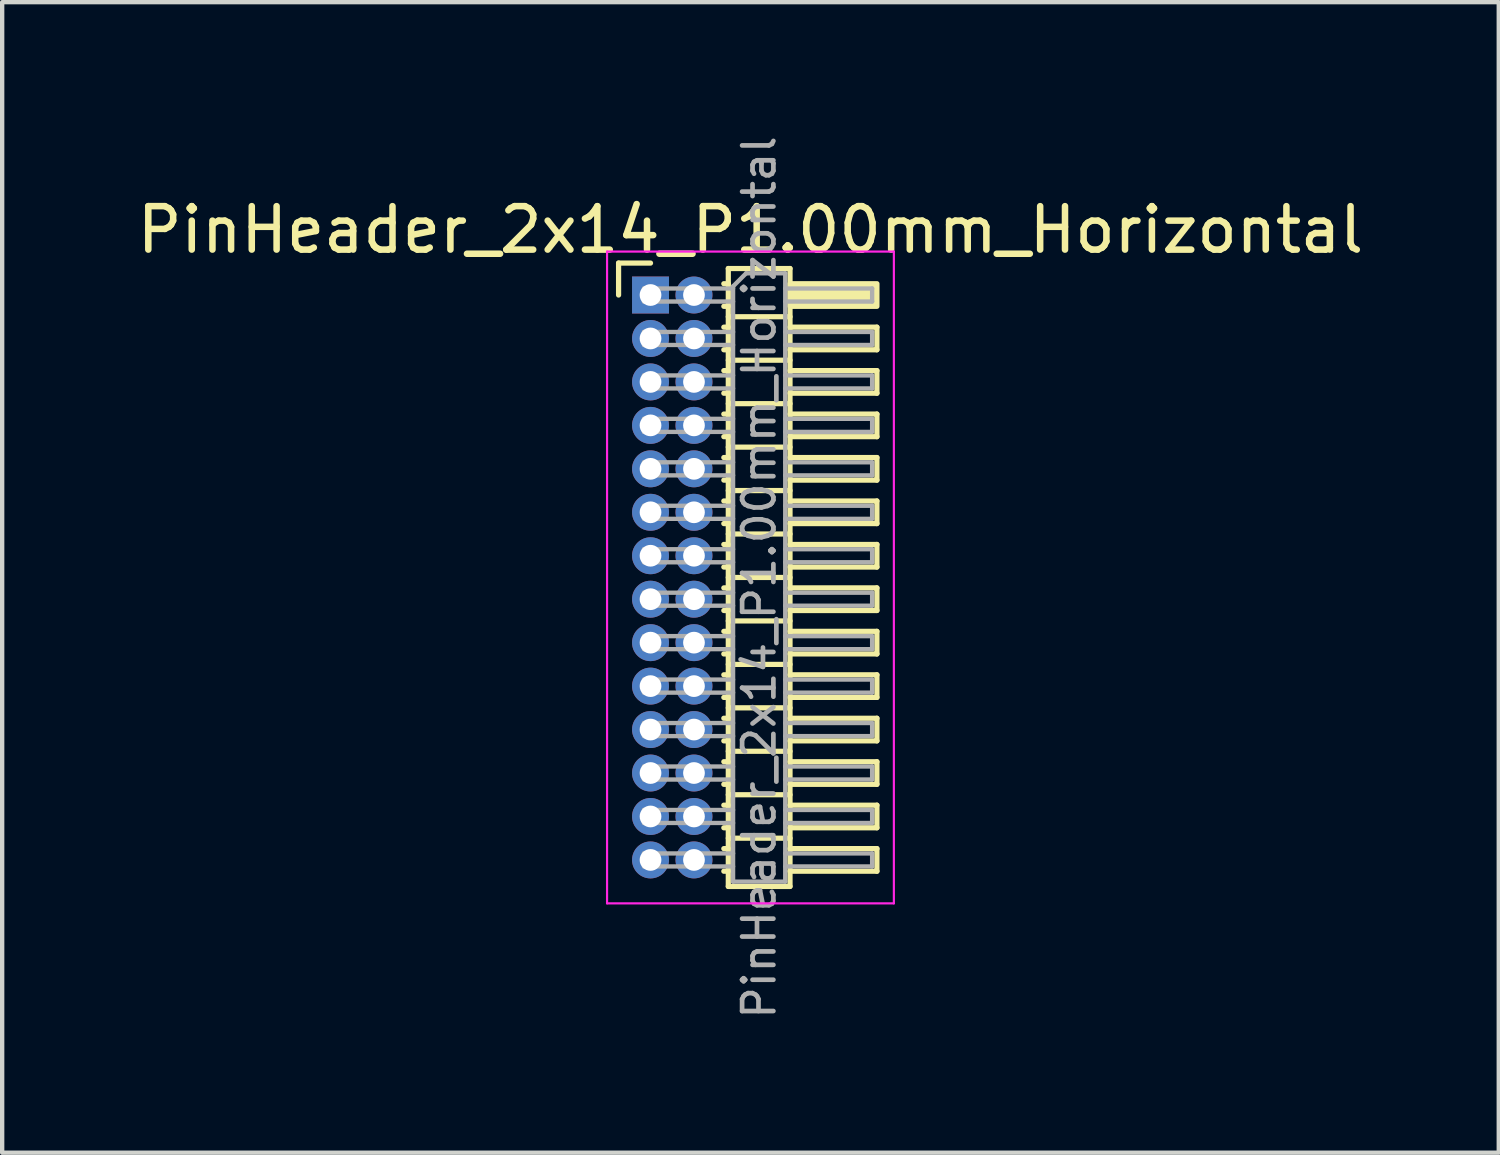
<source format=kicad_pcb>
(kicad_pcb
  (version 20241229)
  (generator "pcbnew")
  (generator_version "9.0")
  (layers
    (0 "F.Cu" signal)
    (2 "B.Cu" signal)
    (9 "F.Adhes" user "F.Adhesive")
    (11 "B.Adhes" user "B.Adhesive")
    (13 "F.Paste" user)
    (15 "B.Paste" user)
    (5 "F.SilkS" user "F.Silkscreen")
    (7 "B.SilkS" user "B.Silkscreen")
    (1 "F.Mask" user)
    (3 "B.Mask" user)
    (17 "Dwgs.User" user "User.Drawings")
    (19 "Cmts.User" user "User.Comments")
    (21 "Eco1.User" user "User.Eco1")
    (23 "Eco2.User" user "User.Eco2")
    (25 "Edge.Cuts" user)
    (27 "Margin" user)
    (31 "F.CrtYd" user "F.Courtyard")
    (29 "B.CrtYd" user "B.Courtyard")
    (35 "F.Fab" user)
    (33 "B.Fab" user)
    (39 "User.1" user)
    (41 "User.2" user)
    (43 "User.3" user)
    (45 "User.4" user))
  (footprint "PinHeader_2x14_P1.00mm_Horizontal"
    (layer "F.Cu")
    (at 11.92 3.739)
    (property "Reference" "PinHeader_2x14_P1.00mm_Horizontal" (at 2.3 -1.5 0) (layer "F.SilkS") (effects (font (size 1 1) (thickness 0.15))))
    (attr through_hole)
    (fp_line (start -0.735 -0.735) (end 0 -0.735) (stroke (width 0.12) (type solid)) (layer "F.SilkS"))
    (fp_line (start -0.735 0) (end -0.735 -0.735) (stroke (width 0.12) (type solid)) (layer "F.SilkS"))
    (fp_line (start 1.687 -0.26) (end 1.79 -0.26) (stroke (width 0.12) (type solid)) (layer "F.SilkS"))
    (fp_line (start 1.687 0.26) (end 1.79 0.26) (stroke (width 0.12) (type solid)) (layer "F.SilkS"))
    (fp_line (start 1.687 0.74) (end 1.79 0.74) (stroke (width 0.12) (type solid)) (layer "F.SilkS"))
    (fp_line (start 1.687 1.26) (end 1.79 1.26) (stroke (width 0.12) (type solid)) (layer "F.SilkS"))
    (fp_line (start 1.687 1.74) (end 1.79 1.74) (stroke (width 0.12) (type solid)) (layer "F.SilkS"))
    (fp_line (start 1.687 2.26) (end 1.79 2.26) (stroke (width 0.12) (type solid)) (layer "F.SilkS"))
    (fp_line (start 1.687 2.74) (end 1.79 2.74) (stroke (width 0.12) (type solid)) (layer "F.SilkS"))
    (fp_line (start 1.687 3.26) (end 1.79 3.26) (stroke (width 0.12) (type solid)) (layer "F.SilkS"))
    (fp_line (start 1.687 3.74) (end 1.79 3.74) (stroke (width 0.12) (type solid)) (layer "F.SilkS"))
    (fp_line (start 1.687 4.26) (end 1.79 4.26) (stroke (width 0.12) (type solid)) (layer "F.SilkS"))
    (fp_line (start 1.687 4.74) (end 1.79 4.74) (stroke (width 0.12) (type solid)) (layer "F.SilkS"))
    (fp_line (start 1.687 5.26) (end 1.79 5.26) (stroke (width 0.12) (type solid)) (layer "F.SilkS"))
    (fp_line (start 1.687 5.74) (end 1.79 5.74) (stroke (width 0.12) (type solid)) (layer "F.SilkS"))
    (fp_line (start 1.687 6.26) (end 1.79 6.26) (stroke (width 0.12) (type solid)) (layer "F.SilkS"))
    (fp_line (start 1.687 6.74) (end 1.79 6.74) (stroke (width 0.12) (type solid)) (layer "F.SilkS"))
    (fp_line (start 1.687 7.26) (end 1.79 7.26) (stroke (width 0.12) (type solid)) (layer "F.SilkS"))
    (fp_line (start 1.687 7.74) (end 1.79 7.74) (stroke (width 0.12) (type solid)) (layer "F.SilkS"))
    (fp_line (start 1.687 8.26) (end 1.79 8.26) (stroke (width 0.12) (type solid)) (layer "F.SilkS"))
    (fp_line (start 1.687 8.74) (end 1.79 8.74) (stroke (width 0.12) (type solid)) (layer "F.SilkS"))
    (fp_line (start 1.687 9.26) (end 1.79 9.26) (stroke (width 0.12) (type solid)) (layer "F.SilkS"))
    (fp_line (start 1.687 9.74) (end 1.79 9.74) (stroke (width 0.12) (type solid)) (layer "F.SilkS"))
    (fp_line (start 1.687 10.26) (end 1.79 10.26) (stroke (width 0.12) (type solid)) (layer "F.SilkS"))
    (fp_line (start 1.687 10.74) (end 1.79 10.74) (stroke (width 0.12) (type solid)) (layer "F.SilkS"))
    (fp_line (start 1.687 11.26) (end 1.79 11.26) (stroke (width 0.12) (type solid)) (layer "F.SilkS"))
    (fp_line (start 1.687 11.74) (end 1.79 11.74) (stroke (width 0.12) (type solid)) (layer "F.SilkS"))
    (fp_line (start 1.687 12.26) (end 1.79 12.26) (stroke (width 0.12) (type solid)) (layer "F.SilkS"))
    (fp_line (start 1.687 12.74) (end 1.79 12.74) (stroke (width 0.12) (type solid)) (layer "F.SilkS"))
    (fp_line (start 1.687 13.26) (end 1.79 13.26) (stroke (width 0.12) (type solid)) (layer "F.SilkS"))
    (fp_line (start 1.79 -0.61) (end 1.79 13.61) (stroke (width 0.12) (type solid)) (layer "F.SilkS"))
    (fp_line (start 1.79 0.5) (end 3.21 0.5) (stroke (width 0.12) (type solid)) (layer "F.SilkS"))
    (fp_line (start 1.79 1.5) (end 3.21 1.5) (stroke (width 0.12) (type solid)) (layer "F.SilkS"))
    (fp_line (start 1.79 2.5) (end 3.21 2.5) (stroke (width 0.12) (type solid)) (layer "F.SilkS"))
    (fp_line (start 1.79 3.5) (end 3.21 3.5) (stroke (width 0.12) (type solid)) (layer "F.SilkS"))
    (fp_line (start 1.79 4.5) (end 3.21 4.5) (stroke (width 0.12) (type solid)) (layer "F.SilkS"))
    (fp_line (start 1.79 5.5) (end 3.21 5.5) (stroke (width 0.12) (type solid)) (layer "F.SilkS"))
    (fp_line (start 1.79 6.5) (end 3.21 6.5) (stroke (width 0.12) (type solid)) (layer "F.SilkS"))
    (fp_line (start 1.79 7.5) (end 3.21 7.5) (stroke (width 0.12) (type solid)) (layer "F.SilkS"))
    (fp_line (start 1.79 8.5) (end 3.21 8.5) (stroke (width 0.12) (type solid)) (layer "F.SilkS"))
    (fp_line (start 1.79 9.5) (end 3.21 9.5) (stroke (width 0.12) (type solid)) (layer "F.SilkS"))
    (fp_line (start 1.79 10.5) (end 3.21 10.5) (stroke (width 0.12) (type solid)) (layer "F.SilkS"))
    (fp_line (start 1.79 11.5) (end 3.21 11.5) (stroke (width 0.12) (type solid)) (layer "F.SilkS"))
    (fp_line (start 1.79 12.5) (end 3.21 12.5) (stroke (width 0.12) (type solid)) (layer "F.SilkS"))
    (fp_line (start 1.79 13.61) (end 3.21 13.61) (stroke (width 0.12) (type solid)) (layer "F.SilkS"))
    (fp_line (start 3.21 -0.61) (end 1.79 -0.61) (stroke (width 0.12) (type solid)) (layer "F.SilkS"))
    (fp_line (start 3.21 0.74) (end 5.21 0.74) (stroke (width 0.12) (type solid)) (layer "F.SilkS"))
    (fp_line (start 3.21 1.74) (end 5.21 1.74) (stroke (width 0.12) (type solid)) (layer "F.SilkS"))
    (fp_line (start 3.21 2.74) (end 5.21 2.74) (stroke (width 0.12) (type solid)) (layer "F.SilkS"))
    (fp_line (start 3.21 3.74) (end 5.21 3.74) (stroke (width 0.12) (type solid)) (layer "F.SilkS"))
    (fp_line (start 3.21 4.74) (end 5.21 4.74) (stroke (width 0.12) (type solid)) (layer "F.SilkS"))
    (fp_line (start 3.21 5.74) (end 5.21 5.74) (stroke (width 0.12) (type solid)) (layer "F.SilkS"))
    (fp_line (start 3.21 6.74) (end 5.21 6.74) (stroke (width 0.12) (type solid)) (layer "F.SilkS"))
    (fp_line (start 3.21 7.74) (end 5.21 7.74) (stroke (width 0.12) (type solid)) (layer "F.SilkS"))
    (fp_line (start 3.21 8.74) (end 5.21 8.74) (stroke (width 0.12) (type solid)) (layer "F.SilkS"))
    (fp_line (start 3.21 9.74) (end 5.21 9.74) (stroke (width 0.12) (type solid)) (layer "F.SilkS"))
    (fp_line (start 3.21 10.74) (end 5.21 10.74) (stroke (width 0.12) (type solid)) (layer "F.SilkS"))
    (fp_line (start 3.21 11.74) (end 5.21 11.74) (stroke (width 0.12) (type solid)) (layer "F.SilkS"))
    (fp_line (start 3.21 12.74) (end 5.21 12.74) (stroke (width 0.12) (type solid)) (layer "F.SilkS"))
    (fp_line (start 3.21 13.61) (end 3.21 -0.61) (stroke (width 0.12) (type solid)) (layer "F.SilkS"))
    (fp_line (start 5.21 0.74) (end 5.21 1.26) (stroke (width 0.12) (type solid)) (layer "F.SilkS"))
    (fp_line (start 5.21 1.26) (end 3.21 1.26) (stroke (width 0.12) (type solid)) (layer "F.SilkS"))
    (fp_line (start 5.21 1.74) (end 5.21 2.26) (stroke (width 0.12) (type solid)) (layer "F.SilkS"))
    (fp_line (start 5.21 2.26) (end 3.21 2.26) (stroke (width 0.12) (type solid)) (layer "F.SilkS"))
    (fp_line (start 5.21 2.74) (end 5.21 3.26) (stroke (width 0.12) (type solid)) (layer "F.SilkS"))
    (fp_line (start 5.21 3.26) (end 3.21 3.26) (stroke (width 0.12) (type solid)) (layer "F.SilkS"))
    (fp_line (start 5.21 3.74) (end 5.21 4.26) (stroke (width 0.12) (type solid)) (layer "F.SilkS"))
    (fp_line (start 5.21 4.26) (end 3.21 4.26) (stroke (width 0.12) (type solid)) (layer "F.SilkS"))
    (fp_line (start 5.21 4.74) (end 5.21 5.26) (stroke (width 0.12) (type solid)) (layer "F.SilkS"))
    (fp_line (start 5.21 5.26) (end 3.21 5.26) (stroke (width 0.12) (type solid)) (layer "F.SilkS"))
    (fp_line (start 5.21 5.74) (end 5.21 6.26) (stroke (width 0.12) (type solid)) (layer "F.SilkS"))
    (fp_line (start 5.21 6.26) (end 3.21 6.26) (stroke (width 0.12) (type solid)) (layer "F.SilkS"))
    (fp_line (start 5.21 6.74) (end 5.21 7.26) (stroke (width 0.12) (type solid)) (layer "F.SilkS"))
    (fp_line (start 5.21 7.26) (end 3.21 7.26) (stroke (width 0.12) (type solid)) (layer "F.SilkS"))
    (fp_line (start 5.21 7.74) (end 5.21 8.26) (stroke (width 0.12) (type solid)) (layer "F.SilkS"))
    (fp_line (start 5.21 8.26) (end 3.21 8.26) (stroke (width 0.12) (type solid)) (layer "F.SilkS"))
    (fp_line (start 5.21 8.74) (end 5.21 9.26) (stroke (width 0.12) (type solid)) (layer "F.SilkS"))
    (fp_line (start 5.21 9.26) (end 3.21 9.26) (stroke (width 0.12) (type solid)) (layer "F.SilkS"))
    (fp_line (start 5.21 9.74) (end 5.21 10.26) (stroke (width 0.12) (type solid)) (layer "F.SilkS"))
    (fp_line (start 5.21 10.26) (end 3.21 10.26) (stroke (width 0.12) (type solid)) (layer "F.SilkS"))
    (fp_line (start 5.21 10.74) (end 5.21 11.26) (stroke (width 0.12) (type solid)) (layer "F.SilkS"))
    (fp_line (start 5.21 11.26) (end 3.21 11.26) (stroke (width 0.12) (type solid)) (layer "F.SilkS"))
    (fp_line (start 5.21 11.74) (end 5.21 12.26) (stroke (width 0.12) (type solid)) (layer "F.SilkS"))
    (fp_line (start 5.21 12.26) (end 3.21 12.26) (stroke (width 0.12) (type solid)) (layer "F.SilkS"))
    (fp_line (start 5.21 12.74) (end 5.21 13.26) (stroke (width 0.12) (type solid)) (layer "F.SilkS"))
    (fp_line (start 5.21 13.26) (end 3.21 13.26) (stroke (width 0.12) (type solid)) (layer "F.SilkS"))
    (fp_rect (start 3.21 -0.26) (end 5.21 0.26) (stroke (width 0.12) (type solid)) (fill yes) (layer "F.SilkS"))
    (fp_line (start -1 -1) (end -1 14) (stroke (width 0.05) (type solid)) (layer "F.CrtYd"))
    (fp_line (start -1 14) (end 5.6 14) (stroke (width 0.05) (type solid)) (layer "F.CrtYd"))
    (fp_line (start 5.6 -1) (end -1 -1) (stroke (width 0.05) (type solid)) (layer "F.CrtYd"))
    (fp_line (start 5.6 14) (end 5.6 -1) (stroke (width 0.05) (type solid)) (layer "F.CrtYd"))
    (fp_line (start -0.15 -0.15) (end -0.15 0.15) (stroke (width 0.1) (type solid)) (layer "F.Fab"))
    (fp_line (start -0.15 -0.15) (end 1.9 -0.15) (stroke (width 0.1) (type solid)) (layer "F.Fab"))
    (fp_line (start -0.15 0.15) (end 1.9 0.15) (stroke (width 0.1) (type solid)) (layer "F.Fab"))
    (fp_line (start -0.15 0.85) (end -0.15 1.15) (stroke (width 0.1) (type solid)) (layer "F.Fab"))
    (fp_line (start -0.15 0.85) (end 1.9 0.85) (stroke (width 0.1) (type solid)) (layer "F.Fab"))
    (fp_line (start -0.15 1.15) (end 1.9 1.15) (stroke (width 0.1) (type solid)) (layer "F.Fab"))
    (fp_line (start -0.15 1.85) (end -0.15 2.15) (stroke (width 0.1) (type solid)) (layer "F.Fab"))
    (fp_line (start -0.15 1.85) (end 1.9 1.85) (stroke (width 0.1) (type solid)) (layer "F.Fab"))
    (fp_line (start -0.15 2.15) (end 1.9 2.15) (stroke (width 0.1) (type solid)) (layer "F.Fab"))
    (fp_line (start -0.15 2.85) (end -0.15 3.15) (stroke (width 0.1) (type solid)) (layer "F.Fab"))
    (fp_line (start -0.15 2.85) (end 1.9 2.85) (stroke (width 0.1) (type solid)) (layer "F.Fab"))
    (fp_line (start -0.15 3.15) (end 1.9 3.15) (stroke (width 0.1) (type solid)) (layer "F.Fab"))
    (fp_line (start -0.15 3.85) (end -0.15 4.15) (stroke (width 0.1) (type solid)) (layer "F.Fab"))
    (fp_line (start -0.15 3.85) (end 1.9 3.85) (stroke (width 0.1) (type solid)) (layer "F.Fab"))
    (fp_line (start -0.15 4.15) (end 1.9 4.15) (stroke (width 0.1) (type solid)) (layer "F.Fab"))
    (fp_line (start -0.15 4.85) (end -0.15 5.15) (stroke (width 0.1) (type solid)) (layer "F.Fab"))
    (fp_line (start -0.15 4.85) (end 1.9 4.85) (stroke (width 0.1) (type solid)) (layer "F.Fab"))
    (fp_line (start -0.15 5.15) (end 1.9 5.15) (stroke (width 0.1) (type solid)) (layer "F.Fab"))
    (fp_line (start -0.15 5.85) (end -0.15 6.15) (stroke (width 0.1) (type solid)) (layer "F.Fab"))
    (fp_line (start -0.15 5.85) (end 1.9 5.85) (stroke (width 0.1) (type solid)) (layer "F.Fab"))
    (fp_line (start -0.15 6.15) (end 1.9 6.15) (stroke (width 0.1) (type solid)) (layer "F.Fab"))
    (fp_line (start -0.15 6.85) (end -0.15 7.15) (stroke (width 0.1) (type solid)) (layer "F.Fab"))
    (fp_line (start -0.15 6.85) (end 1.9 6.85) (stroke (width 0.1) (type solid)) (layer "F.Fab"))
    (fp_line (start -0.15 7.15) (end 1.9 7.15) (stroke (width 0.1) (type solid)) (layer "F.Fab"))
    (fp_line (start -0.15 7.85) (end -0.15 8.15) (stroke (width 0.1) (type solid)) (layer "F.Fab"))
    (fp_line (start -0.15 7.85) (end 1.9 7.85) (stroke (width 0.1) (type solid)) (layer "F.Fab"))
    (fp_line (start -0.15 8.15) (end 1.9 8.15) (stroke (width 0.1) (type solid)) (layer "F.Fab"))
    (fp_line (start -0.15 8.85) (end -0.15 9.15) (stroke (width 0.1) (type solid)) (layer "F.Fab"))
    (fp_line (start -0.15 8.85) (end 1.9 8.85) (stroke (width 0.1) (type solid)) (layer "F.Fab"))
    (fp_line (start -0.15 9.15) (end 1.9 9.15) (stroke (width 0.1) (type solid)) (layer "F.Fab"))
    (fp_line (start -0.15 9.85) (end -0.15 10.15) (stroke (width 0.1) (type solid)) (layer "F.Fab"))
    (fp_line (start -0.15 9.85) (end 1.9 9.85) (stroke (width 0.1) (type solid)) (layer "F.Fab"))
    (fp_line (start -0.15 10.15) (end 1.9 10.15) (stroke (width 0.1) (type solid)) (layer "F.Fab"))
    (fp_line (start -0.15 10.85) (end -0.15 11.15) (stroke (width 0.1) (type solid)) (layer "F.Fab"))
    (fp_line (start -0.15 10.85) (end 1.9 10.85) (stroke (width 0.1) (type solid)) (layer "F.Fab"))
    (fp_line (start -0.15 11.15) (end 1.9 11.15) (stroke (width 0.1) (type solid)) (layer "F.Fab"))
    (fp_line (start -0.15 11.85) (end -0.15 12.15) (stroke (width 0.1) (type solid)) (layer "F.Fab"))
    (fp_line (start -0.15 11.85) (end 1.9 11.85) (stroke (width 0.1) (type solid)) (layer "F.Fab"))
    (fp_line (start -0.15 12.15) (end 1.9 12.15) (stroke (width 0.1) (type solid)) (layer "F.Fab"))
    (fp_line (start -0.15 12.85) (end -0.15 13.15) (stroke (width 0.1) (type solid)) (layer "F.Fab"))
    (fp_line (start -0.15 12.85) (end 1.9 12.85) (stroke (width 0.1) (type solid)) (layer "F.Fab"))
    (fp_line (start -0.15 13.15) (end 1.9 13.15) (stroke (width 0.1) (type solid)) (layer "F.Fab"))
    (fp_line (start 1.9 -0.2) (end 2.2 -0.5) (stroke (width 0.1) (type solid)) (layer "F.Fab"))
    (fp_line (start 1.9 13.5) (end 1.9 -0.2) (stroke (width 0.1) (type solid)) (layer "F.Fab"))
    (fp_line (start 2.2 -0.5) (end 3.1 -0.5) (stroke (width 0.1) (type solid)) (layer "F.Fab"))
    (fp_line (start 3.1 -0.5) (end 3.1 13.5) (stroke (width 0.1) (type solid)) (layer "F.Fab"))
    (fp_line (start 3.1 -0.15) (end 5.1 -0.15) (stroke (width 0.1) (type solid)) (layer "F.Fab"))
    (fp_line (start 3.1 0.15) (end 5.1 0.15) (stroke (width 0.1) (type solid)) (layer "F.Fab"))
    (fp_line (start 3.1 0.85) (end 5.1 0.85) (stroke (width 0.1) (type solid)) (layer "F.Fab"))
    (fp_line (start 3.1 1.15) (end 5.1 1.15) (stroke (width 0.1) (type solid)) (layer "F.Fab"))
    (fp_line (start 3.1 1.85) (end 5.1 1.85) (stroke (width 0.1) (type solid)) (layer "F.Fab"))
    (fp_line (start 3.1 2.15) (end 5.1 2.15) (stroke (width 0.1) (type solid)) (layer "F.Fab"))
    (fp_line (start 3.1 2.85) (end 5.1 2.85) (stroke (width 0.1) (type solid)) (layer "F.Fab"))
    (fp_line (start 3.1 3.15) (end 5.1 3.15) (stroke (width 0.1) (type solid)) (layer "F.Fab"))
    (fp_line (start 3.1 3.85) (end 5.1 3.85) (stroke (width 0.1) (type solid)) (layer "F.Fab"))
    (fp_line (start 3.1 4.15) (end 5.1 4.15) (stroke (width 0.1) (type solid)) (layer "F.Fab"))
    (fp_line (start 3.1 4.85) (end 5.1 4.85) (stroke (width 0.1) (type solid)) (layer "F.Fab"))
    (fp_line (start 3.1 5.15) (end 5.1 5.15) (stroke (width 0.1) (type solid)) (layer "F.Fab"))
    (fp_line (start 3.1 5.85) (end 5.1 5.85) (stroke (width 0.1) (type solid)) (layer "F.Fab"))
    (fp_line (start 3.1 6.15) (end 5.1 6.15) (stroke (width 0.1) (type solid)) (layer "F.Fab"))
    (fp_line (start 3.1 6.85) (end 5.1 6.85) (stroke (width 0.1) (type solid)) (layer "F.Fab"))
    (fp_line (start 3.1 7.15) (end 5.1 7.15) (stroke (width 0.1) (type solid)) (layer "F.Fab"))
    (fp_line (start 3.1 7.85) (end 5.1 7.85) (stroke (width 0.1) (type solid)) (layer "F.Fab"))
    (fp_line (start 3.1 8.15) (end 5.1 8.15) (stroke (width 0.1) (type solid)) (layer "F.Fab"))
    (fp_line (start 3.1 8.85) (end 5.1 8.85) (stroke (width 0.1) (type solid)) (layer "F.Fab"))
    (fp_line (start 3.1 9.15) (end 5.1 9.15) (stroke (width 0.1) (type solid)) (layer "F.Fab"))
    (fp_line (start 3.1 9.85) (end 5.1 9.85) (stroke (width 0.1) (type solid)) (layer "F.Fab"))
    (fp_line (start 3.1 10.15) (end 5.1 10.15) (stroke (width 0.1) (type solid)) (layer "F.Fab"))
    (fp_line (start 3.1 10.85) (end 5.1 10.85) (stroke (width 0.1) (type solid)) (layer "F.Fab"))
    (fp_line (start 3.1 11.15) (end 5.1 11.15) (stroke (width 0.1) (type solid)) (layer "F.Fab"))
    (fp_line (start 3.1 11.85) (end 5.1 11.85) (stroke (width 0.1) (type solid)) (layer "F.Fab"))
    (fp_line (start 3.1 12.15) (end 5.1 12.15) (stroke (width 0.1) (type solid)) (layer "F.Fab"))
    (fp_line (start 3.1 12.85) (end 5.1 12.85) (stroke (width 0.1) (type solid)) (layer "F.Fab"))
    (fp_line (start 3.1 13.15) (end 5.1 13.15) (stroke (width 0.1) (type solid)) (layer "F.Fab"))
    (fp_line (start 3.1 13.5) (end 1.9 13.5) (stroke (width 0.1) (type solid)) (layer "F.Fab"))
    (fp_line (start 5.1 -0.15) (end 5.1 0.15) (stroke (width 0.1) (type solid)) (layer "F.Fab"))
    (fp_line (start 5.1 0.85) (end 5.1 1.15) (stroke (width 0.1) (type solid)) (layer "F.Fab"))
    (fp_line (start 5.1 1.85) (end 5.1 2.15) (stroke (width 0.1) (type solid)) (layer "F.Fab"))
    (fp_line (start 5.1 2.85) (end 5.1 3.15) (stroke (width 0.1) (type solid)) (layer "F.Fab"))
    (fp_line (start 5.1 3.85) (end 5.1 4.15) (stroke (width 0.1) (type solid)) (layer "F.Fab"))
    (fp_line (start 5.1 4.85) (end 5.1 5.15) (stroke (width 0.1) (type solid)) (layer "F.Fab"))
    (fp_line (start 5.1 5.85) (end 5.1 6.15) (stroke (width 0.1) (type solid)) (layer "F.Fab"))
    (fp_line (start 5.1 6.85) (end 5.1 7.15) (stroke (width 0.1) (type solid)) (layer "F.Fab"))
    (fp_line (start 5.1 7.85) (end 5.1 8.15) (stroke (width 0.1) (type solid)) (layer "F.Fab"))
    (fp_line (start 5.1 8.85) (end 5.1 9.15) (stroke (width 0.1) (type solid)) (layer "F.Fab"))
    (fp_line (start 5.1 9.85) (end 5.1 10.15) (stroke (width 0.1) (type solid)) (layer "F.Fab"))
    (fp_line (start 5.1 10.85) (end 5.1 11.15) (stroke (width 0.1) (type solid)) (layer "F.Fab"))
    (fp_line (start 5.1 11.85) (end 5.1 12.15) (stroke (width 0.1) (type solid)) (layer "F.Fab"))
    (fp_line (start 5.1 12.85) (end 5.1 13.15) (stroke (width 0.1) (type solid)) (layer "F.Fab"))
    (fp_text user "${REFERENCE}" (at 2.5 6.5 90) (layer "F.Fab") (effects (font (size 0.72 0.72) (thickness 0.108))))
    (pad "1" thru_hole rect (at 0 0) (size 0.85 0.85) (drill 0.5) (layers "*.Cu" "*.Mask"))
    (pad "2" thru_hole circle (at 1 0) (size 0.85 0.85) (drill 0.5) (layers "*.Cu" "*.Mask"))
    (pad "3" thru_hole circle (at 0 1) (size 0.85 0.85) (drill 0.5) (layers "*.Cu" "*.Mask"))
    (pad "4" thru_hole circle (at 1 1) (size 0.85 0.85) (drill 0.5) (layers "*.Cu" "*.Mask"))
    (pad "5" thru_hole circle (at 0 2) (size 0.85 0.85) (drill 0.5) (layers "*.Cu" "*.Mask"))
    (pad "6" thru_hole circle (at 1 2) (size 0.85 0.85) (drill 0.5) (layers "*.Cu" "*.Mask"))
    (pad "7" thru_hole circle (at 0 3) (size 0.85 0.85) (drill 0.5) (layers "*.Cu" "*.Mask"))
    (pad "8" thru_hole circle (at 1 3) (size 0.85 0.85) (drill 0.5) (layers "*.Cu" "*.Mask"))
    (pad "9" thru_hole circle (at 0 4) (size 0.85 0.85) (drill 0.5) (layers "*.Cu" "*.Mask"))
    (pad "10" thru_hole circle (at 1 4) (size 0.85 0.85) (drill 0.5) (layers "*.Cu" "*.Mask"))
    (pad "11" thru_hole circle (at 0 5) (size 0.85 0.85) (drill 0.5) (layers "*.Cu" "*.Mask"))
    (pad "12" thru_hole circle (at 1 5) (size 0.85 0.85) (drill 0.5) (layers "*.Cu" "*.Mask"))
    (pad "13" thru_hole circle (at 0 6) (size 0.85 0.85) (drill 0.5) (layers "*.Cu" "*.Mask"))
    (pad "14" thru_hole circle (at 1 6) (size 0.85 0.85) (drill 0.5) (layers "*.Cu" "*.Mask"))
    (pad "15" thru_hole circle (at 0 7) (size 0.85 0.85) (drill 0.5) (layers "*.Cu" "*.Mask"))
    (pad "16" thru_hole circle (at 1 7) (size 0.85 0.85) (drill 0.5) (layers "*.Cu" "*.Mask"))
    (pad "17" thru_hole circle (at 0 8) (size 0.85 0.85) (drill 0.5) (layers "*.Cu" "*.Mask"))
    (pad "18" thru_hole circle (at 1 8) (size 0.85 0.85) (drill 0.5) (layers "*.Cu" "*.Mask"))
    (pad "19" thru_hole circle (at 0 9) (size 0.85 0.85) (drill 0.5) (layers "*.Cu" "*.Mask"))
    (pad "20" thru_hole circle (at 1 9) (size 0.85 0.85) (drill 0.5) (layers "*.Cu" "*.Mask"))
    (pad "21" thru_hole circle (at 0 10) (size 0.85 0.85) (drill 0.5) (layers "*.Cu" "*.Mask"))
    (pad "22" thru_hole circle (at 1 10) (size 0.85 0.85) (drill 0.5) (layers "*.Cu" "*.Mask"))
    (pad "23" thru_hole circle (at 0 11) (size 0.85 0.85) (drill 0.5) (layers "*.Cu" "*.Mask"))
    (pad "24" thru_hole circle (at 1 11) (size 0.85 0.85) (drill 0.5) (layers "*.Cu" "*.Mask"))
    (pad "25" thru_hole circle (at 0 12) (size 0.85 0.85) (drill 0.5) (layers "*.Cu" "*.Mask"))
    (pad "26" thru_hole circle (at 1 12) (size 0.85 0.85) (drill 0.5) (layers "*.Cu" "*.Mask"))
    (pad "27" thru_hole circle (at 0 13) (size 0.85 0.85) (drill 0.5) (layers "*.Cu" "*.Mask"))
    (pad "28" thru_hole circle (at 1 13) (size 0.85 0.85) (drill 0.5) (layers "*.Cu" "*.Mask")))
  (gr_rect
    (start -3 -3)
    (end 31.44 23.477)
    (stroke (width 0.1) (type default))
    (fill no)
    (layer "Edge.Cuts")))
</source>
